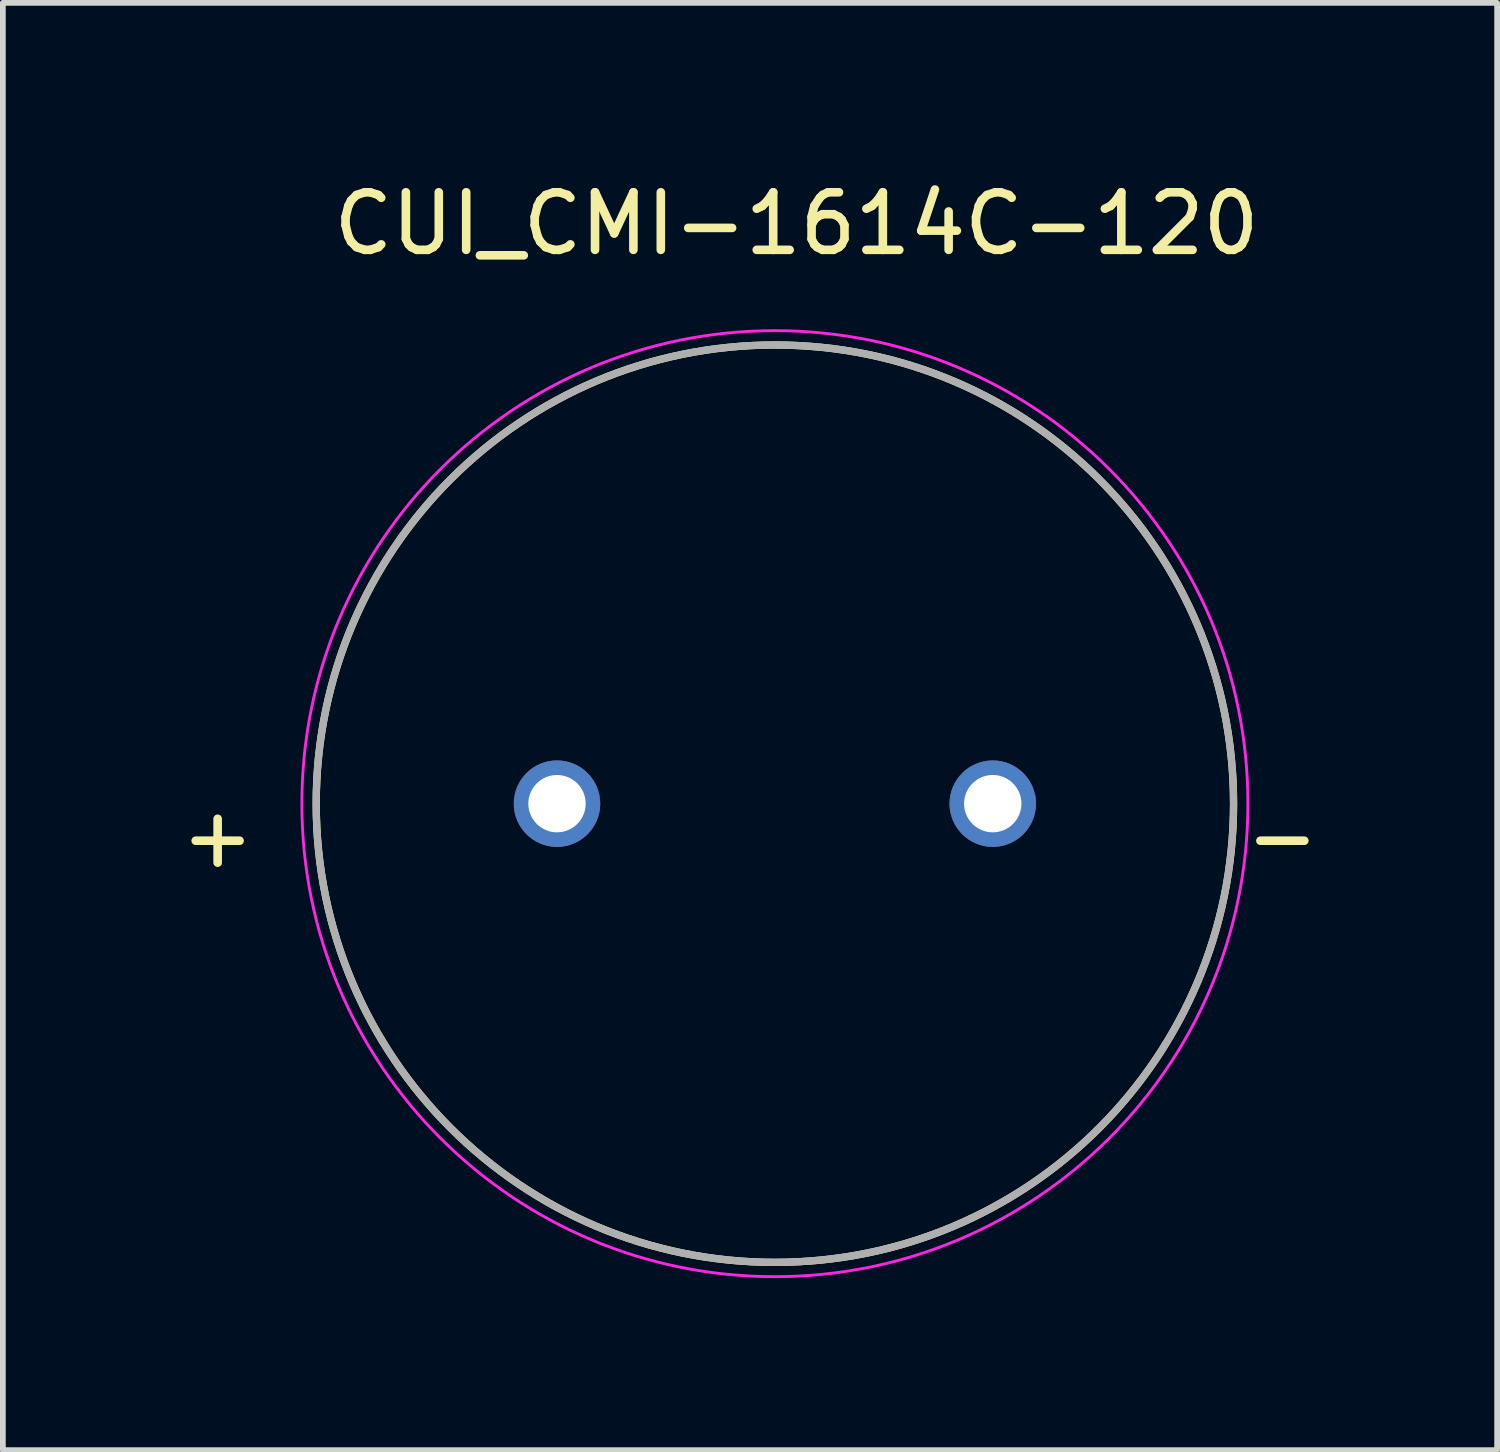
<source format=kicad_pcb>
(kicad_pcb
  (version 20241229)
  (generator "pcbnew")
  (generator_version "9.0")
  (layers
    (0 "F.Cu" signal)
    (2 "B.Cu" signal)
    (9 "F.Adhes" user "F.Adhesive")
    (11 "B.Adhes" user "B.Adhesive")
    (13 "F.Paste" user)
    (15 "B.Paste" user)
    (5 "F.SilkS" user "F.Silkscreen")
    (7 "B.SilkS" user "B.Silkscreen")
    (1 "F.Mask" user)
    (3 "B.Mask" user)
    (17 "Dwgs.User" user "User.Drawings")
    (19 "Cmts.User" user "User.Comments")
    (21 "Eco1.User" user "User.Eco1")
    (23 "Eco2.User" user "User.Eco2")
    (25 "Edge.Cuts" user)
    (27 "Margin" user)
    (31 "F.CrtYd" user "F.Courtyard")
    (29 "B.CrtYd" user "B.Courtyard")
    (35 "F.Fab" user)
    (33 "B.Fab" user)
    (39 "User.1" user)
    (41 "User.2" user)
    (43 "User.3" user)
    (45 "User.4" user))
  (footprint "CUI_CMI-1614C-120"
    (layer "F.Cu")
    (at 10.465 10.967)
    (property "Reference" "CUI_CMI-1614C-120" (at 0.377 -10.116 0) (layer "F.SilkS") (effects (font (size 1.004 1.004) (thickness 0.15))))
    (attr through_hole)
    (fp_circle (center 0 0) (end 8 0) (stroke (width 0.127) (type solid)) (fill no) (layer "F.SilkS"))
    (fp_circle (center 0 0) (end 8.25 0) (stroke (width 0.05) (type solid)) (fill no) (layer "F.CrtYd"))
    (fp_circle (center 0 0) (end 8 0) (stroke (width 0.127) (type solid)) (fill no) (layer "F.Fab"))
    (fp_text user "-" (at 8.851 0.572 0) (layer "F.SilkS") (effects (font (size 1.004 1.004) (thickness 0.15))))
    (fp_text user "+" (at -9.719 0.572 0) (layer "F.SilkS") (effects (font (size 1.004 1.004) (thickness 0.15))))
    (pad "N" thru_hole circle (at 3.8 0) (size 1.508 1.508) (drill 1) (layers "*.Cu" "*.Mask"))
    (pad "P" thru_hole circle (at -3.8 0) (size 1.508 1.508) (drill 1) (layers "*.Cu" "*.Mask")))
  (gr_rect
    (start -3 -3)
    (end 23.062 22.242)
    (stroke (width 0.1) (type default))
    (fill no)
    (layer "Edge.Cuts")))
</source>
